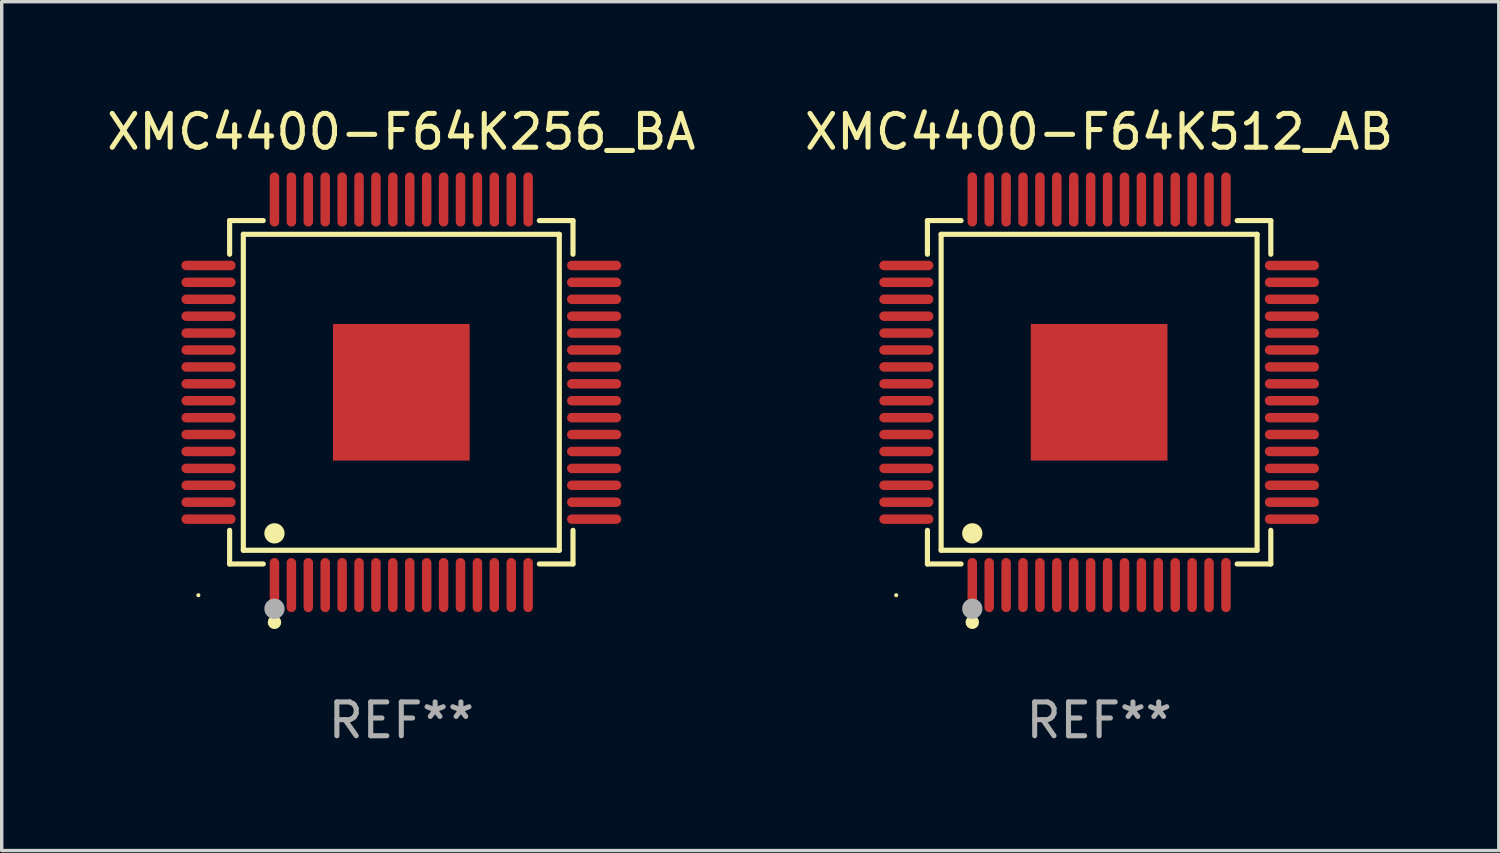
<source format=kicad_pcb>
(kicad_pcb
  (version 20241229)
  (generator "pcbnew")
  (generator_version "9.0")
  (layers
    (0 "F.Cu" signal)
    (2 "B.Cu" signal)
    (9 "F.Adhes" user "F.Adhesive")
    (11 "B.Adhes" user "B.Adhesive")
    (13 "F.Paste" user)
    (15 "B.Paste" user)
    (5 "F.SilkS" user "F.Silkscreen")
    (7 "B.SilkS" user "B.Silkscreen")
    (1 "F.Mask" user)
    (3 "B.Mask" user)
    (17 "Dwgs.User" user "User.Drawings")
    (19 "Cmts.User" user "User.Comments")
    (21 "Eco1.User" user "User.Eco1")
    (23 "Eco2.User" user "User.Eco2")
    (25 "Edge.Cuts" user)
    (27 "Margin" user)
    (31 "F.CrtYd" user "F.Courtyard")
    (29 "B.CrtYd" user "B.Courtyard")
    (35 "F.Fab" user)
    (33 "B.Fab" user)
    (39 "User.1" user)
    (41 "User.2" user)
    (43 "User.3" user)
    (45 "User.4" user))
  (footprint "XMC4400-F64K512_AB"
    (layer "F.Cu")
    (at 29.446 8.548)
    (property "Reference" "XMC4400-F64K512_AB" (at 0 -7.7 0) (layer "F.SilkS") (effects (font (size 1 1) (thickness 0.15))))
    (attr through_hole)
    (fp_line (start -5.076 -5.076) (end -4.081 -5.076) (stroke (width 0.152) (type solid)) (layer "F.SilkS"))
    (fp_line (start -5.076 -4.081) (end -5.076 -5.076) (stroke (width 0.152) (type solid)) (layer "F.SilkS"))
    (fp_line (start -5.076 4.081) (end -5.076 5.076) (stroke (width 0.152) (type solid)) (layer "F.SilkS"))
    (fp_line (start -5.076 5.076) (end -4.081 5.076) (stroke (width 0.152) (type solid)) (layer "F.SilkS"))
    (fp_line (start -4.671 -4.671) (end 4.671 -4.671) (stroke (width 0.152) (type solid)) (layer "F.SilkS"))
    (fp_line (start -4.671 4.671) (end -4.671 -4.671) (stroke (width 0.152) (type solid)) (layer "F.SilkS"))
    (fp_line (start 4.671 -4.671) (end 4.671 4.671) (stroke (width 0.152) (type solid)) (layer "F.SilkS"))
    (fp_line (start 4.671 4.671) (end -4.671 4.671) (stroke (width 0.152) (type solid)) (layer "F.SilkS"))
    (fp_line (start 5.076 -5.076) (end 4.081 -5.076) (stroke (width 0.152) (type solid)) (layer "F.SilkS"))
    (fp_line (start 5.076 -4.081) (end 5.076 -5.076) (stroke (width 0.152) (type solid)) (layer "F.SilkS"))
    (fp_line (start 5.076 4.081) (end 5.076 5.076) (stroke (width 0.152) (type solid)) (layer "F.SilkS"))
    (fp_line (start 5.076 5.076) (end 4.081 5.076) (stroke (width 0.152) (type solid)) (layer "F.SilkS"))
    (fp_circle (center -6 6) (end -5.97 6) (stroke (width 0.06) (type solid)) (fill no) (layer "F.SilkS"))
    (fp_circle (center -3.75 4.171) (end -3.6 4.171) (stroke (width 0.3) (type solid)) (fill no) (layer "F.SilkS"))
    (fp_circle (center -3.75 6.8) (end -3.65 6.8) (stroke (width 0.2) (type solid)) (fill no) (layer "F.SilkS"))
    (fp_circle (center -3.75 6.4) (end -3.6 6.4) (stroke (width 0.3) (type solid)) (fill no) (layer "F.Fab"))
    (fp_text user "REF**" (at 0 9.7 0) (layer "F.Fab") (effects (font (size 1 1) (thickness 0.15))))
    (pad "1" smd oval (at -3.75 5.7) (size 0.28 1.6) (layers "F.Cu" "F.Mask" "F.Paste"))
    (pad "2" smd oval (at -3.25 5.7) (size 0.28 1.6) (layers "F.Cu" "F.Mask" "F.Paste"))
    (pad "3" smd oval (at -2.75 5.7) (size 0.28 1.6) (layers "F.Cu" "F.Mask" "F.Paste"))
    (pad "4" smd oval (at -2.25 5.7) (size 0.28 1.6) (layers "F.Cu" "F.Mask" "F.Paste"))
    (pad "5" smd oval (at -1.75 5.7) (size 0.28 1.6) (layers "F.Cu" "F.Mask" "F.Paste"))
    (pad "6" smd oval (at -1.25 5.7) (size 0.28 1.6) (layers "F.Cu" "F.Mask" "F.Paste"))
    (pad "7" smd oval (at -0.75 5.7) (size 0.28 1.6) (layers "F.Cu" "F.Mask" "F.Paste"))
    (pad "8" smd oval (at -0.25 5.7) (size 0.28 1.6) (layers "F.Cu" "F.Mask" "F.Paste"))
    (pad "9" smd oval (at 0.25 5.7) (size 0.28 1.6) (layers "F.Cu" "F.Mask" "F.Paste"))
    (pad "10" smd oval (at 0.75 5.7) (size 0.28 1.6) (layers "F.Cu" "F.Mask" "F.Paste"))
    (pad "11" smd oval (at 1.25 5.7) (size 0.28 1.6) (layers "F.Cu" "F.Mask" "F.Paste"))
    (pad "12" smd oval (at 1.75 5.7) (size 0.28 1.6) (layers "F.Cu" "F.Mask" "F.Paste"))
    (pad "13" smd oval (at 2.25 5.7) (size 0.28 1.6) (layers "F.Cu" "F.Mask" "F.Paste"))
    (pad "14" smd oval (at 2.75 5.7) (size 0.28 1.6) (layers "F.Cu" "F.Mask" "F.Paste"))
    (pad "15" smd oval (at 3.25 5.7) (size 0.28 1.6) (layers "F.Cu" "F.Mask" "F.Paste"))
    (pad "16" smd oval (at 3.75 5.7) (size 0.28 1.6) (layers "F.Cu" "F.Mask" "F.Paste"))
    (pad "17" smd oval (at 5.7 3.75) (size 1.6 0.28) (layers "F.Cu" "F.Mask" "F.Paste"))
    (pad "18" smd oval (at 5.7 3.25) (size 1.6 0.28) (layers "F.Cu" "F.Mask" "F.Paste"))
    (pad "19" smd oval (at 5.7 2.75) (size 1.6 0.28) (layers "F.Cu" "F.Mask" "F.Paste"))
    (pad "20" smd oval (at 5.7 2.25) (size 1.6 0.28) (layers "F.Cu" "F.Mask" "F.Paste"))
    (pad "21" smd oval (at 5.7 1.75) (size 1.6 0.28) (layers "F.Cu" "F.Mask" "F.Paste"))
    (pad "22" smd oval (at 5.7 1.25) (size 1.6 0.28) (layers "F.Cu" "F.Mask" "F.Paste"))
    (pad "23" smd oval (at 5.7 0.75) (size 1.6 0.28) (layers "F.Cu" "F.Mask" "F.Paste"))
    (pad "24" smd oval (at 5.7 0.25) (size 1.6 0.28) (layers "F.Cu" "F.Mask" "F.Paste"))
    (pad "25" smd oval (at 5.7 -0.25) (size 1.6 0.28) (layers "F.Cu" "F.Mask" "F.Paste"))
    (pad "26" smd oval (at 5.7 -0.75) (size 1.6 0.28) (layers "F.Cu" "F.Mask" "F.Paste"))
    (pad "27" smd oval (at 5.7 -1.25) (size 1.6 0.28) (layers "F.Cu" "F.Mask" "F.Paste"))
    (pad "28" smd oval (at 5.7 -1.75) (size 1.6 0.28) (layers "F.Cu" "F.Mask" "F.Paste"))
    (pad "29" smd oval (at 5.7 -2.25) (size 1.6 0.28) (layers "F.Cu" "F.Mask" "F.Paste"))
    (pad "30" smd oval (at 5.7 -2.75) (size 1.6 0.28) (layers "F.Cu" "F.Mask" "F.Paste"))
    (pad "31" smd oval (at 5.7 -3.25) (size 1.6 0.28) (layers "F.Cu" "F.Mask" "F.Paste"))
    (pad "32" smd oval (at 5.7 -3.75) (size 1.6 0.28) (layers "F.Cu" "F.Mask" "F.Paste"))
    (pad "33" smd oval (at 3.75 -5.7) (size 0.28 1.6) (layers "F.Cu" "F.Mask" "F.Paste"))
    (pad "34" smd oval (at 3.25 -5.7) (size 0.28 1.6) (layers "F.Cu" "F.Mask" "F.Paste"))
    (pad "35" smd oval (at 2.75 -5.7) (size 0.28 1.6) (layers "F.Cu" "F.Mask" "F.Paste"))
    (pad "36" smd oval (at 2.25 -5.7) (size 0.28 1.6) (layers "F.Cu" "F.Mask" "F.Paste"))
    (pad "37" smd oval (at 1.75 -5.7) (size 0.28 1.6) (layers "F.Cu" "F.Mask" "F.Paste"))
    (pad "38" smd oval (at 1.25 -5.7) (size 0.28 1.6) (layers "F.Cu" "F.Mask" "F.Paste"))
    (pad "39" smd oval (at 0.75 -5.7) (size 0.28 1.6) (layers "F.Cu" "F.Mask" "F.Paste"))
    (pad "40" smd oval (at 0.25 -5.7) (size 0.28 1.6) (layers "F.Cu" "F.Mask" "F.Paste"))
    (pad "41" smd oval (at -0.25 -5.7) (size 0.28 1.6) (layers "F.Cu" "F.Mask" "F.Paste"))
    (pad "42" smd oval (at -0.75 -5.7) (size 0.28 1.6) (layers "F.Cu" "F.Mask" "F.Paste"))
    (pad "43" smd oval (at -1.25 -5.7) (size 0.28 1.6) (layers "F.Cu" "F.Mask" "F.Paste"))
    (pad "44" smd oval (at -1.75 -5.7) (size 0.28 1.6) (layers "F.Cu" "F.Mask" "F.Paste"))
    (pad "45" smd oval (at -2.25 -5.7) (size 0.28 1.6) (layers "F.Cu" "F.Mask" "F.Paste"))
    (pad "46" smd oval (at -2.75 -5.7) (size 0.28 1.6) (layers "F.Cu" "F.Mask" "F.Paste"))
    (pad "47" smd oval (at -3.25 -5.7) (size 0.28 1.6) (layers "F.Cu" "F.Mask" "F.Paste"))
    (pad "48" smd oval (at -3.75 -5.7) (size 0.28 1.6) (layers "F.Cu" "F.Mask" "F.Paste"))
    (pad "49" smd oval (at -5.7 -3.75) (size 1.6 0.28) (layers "F.Cu" "F.Mask" "F.Paste"))
    (pad "50" smd oval (at -5.7 -3.25) (size 1.6 0.28) (layers "F.Cu" "F.Mask" "F.Paste"))
    (pad "51" smd oval (at -5.7 -2.75) (size 1.6 0.28) (layers "F.Cu" "F.Mask" "F.Paste"))
    (pad "52" smd oval (at -5.7 -2.25) (size 1.6 0.28) (layers "F.Cu" "F.Mask" "F.Paste"))
    (pad "53" smd oval (at -5.7 -1.75) (size 1.6 0.28) (layers "F.Cu" "F.Mask" "F.Paste"))
    (pad "54" smd oval (at -5.7 -1.25) (size 1.6 0.28) (layers "F.Cu" "F.Mask" "F.Paste"))
    (pad "55" smd oval (at -5.7 -0.75) (size 1.6 0.28) (layers "F.Cu" "F.Mask" "F.Paste"))
    (pad "56" smd oval (at -5.7 -0.25) (size 1.6 0.28) (layers "F.Cu" "F.Mask" "F.Paste"))
    (pad "57" smd oval (at -5.7 0.25) (size 1.6 0.28) (layers "F.Cu" "F.Mask" "F.Paste"))
    (pad "58" smd oval (at -5.7 0.75) (size 1.6 0.28) (layers "F.Cu" "F.Mask" "F.Paste"))
    (pad "59" smd oval (at -5.7 1.25) (size 1.6 0.28) (layers "F.Cu" "F.Mask" "F.Paste"))
    (pad "60" smd oval (at -5.7 1.75) (size 1.6 0.28) (layers "F.Cu" "F.Mask" "F.Paste"))
    (pad "61" smd oval (at -5.7 2.25) (size 1.6 0.28) (layers "F.Cu" "F.Mask" "F.Paste"))
    (pad "62" smd oval (at -5.7 2.75) (size 1.6 0.28) (layers "F.Cu" "F.Mask" "F.Paste"))
    (pad "63" smd oval (at -5.7 3.25) (size 1.6 0.28) (layers "F.Cu" "F.Mask" "F.Paste"))
    (pad "64" smd oval (at -5.7 3.75) (size 1.6 0.28) (layers "F.Cu" "F.Mask" "F.Paste"))
    (pad "65" smd rect (at 0 0) (size 4.04 4.04) (layers "F.Cu" "F.Mask" "F.Paste")))
  (footprint "XMC4400-F64K256_BA"
    (layer "F.Cu")
    (at 8.815 8.548)
    (property "Reference" "XMC4400-F64K256_BA" (at 0 -7.7 0) (layer "F.SilkS") (effects (font (size 1 1) (thickness 0.15))))
    (attr through_hole)
    (fp_line (start -5.076 -5.076) (end -4.081 -5.076) (stroke (width 0.152) (type solid)) (layer "F.SilkS"))
    (fp_line (start -5.076 -4.081) (end -5.076 -5.076) (stroke (width 0.152) (type solid)) (layer "F.SilkS"))
    (fp_line (start -5.076 4.081) (end -5.076 5.076) (stroke (width 0.152) (type solid)) (layer "F.SilkS"))
    (fp_line (start -5.076 5.076) (end -4.081 5.076) (stroke (width 0.152) (type solid)) (layer "F.SilkS"))
    (fp_line (start -4.671 -4.671) (end 4.671 -4.671) (stroke (width 0.152) (type solid)) (layer "F.SilkS"))
    (fp_line (start -4.671 4.671) (end -4.671 -4.671) (stroke (width 0.152) (type solid)) (layer "F.SilkS"))
    (fp_line (start 4.671 -4.671) (end 4.671 4.671) (stroke (width 0.152) (type solid)) (layer "F.SilkS"))
    (fp_line (start 4.671 4.671) (end -4.671 4.671) (stroke (width 0.152) (type solid)) (layer "F.SilkS"))
    (fp_line (start 5.076 -5.076) (end 4.081 -5.076) (stroke (width 0.152) (type solid)) (layer "F.SilkS"))
    (fp_line (start 5.076 -4.081) (end 5.076 -5.076) (stroke (width 0.152) (type solid)) (layer "F.SilkS"))
    (fp_line (start 5.076 4.081) (end 5.076 5.076) (stroke (width 0.152) (type solid)) (layer "F.SilkS"))
    (fp_line (start 5.076 5.076) (end 4.081 5.076) (stroke (width 0.152) (type solid)) (layer "F.SilkS"))
    (fp_circle (center -6 6) (end -5.97 6) (stroke (width 0.06) (type solid)) (fill no) (layer "F.SilkS"))
    (fp_circle (center -3.75 4.171) (end -3.6 4.171) (stroke (width 0.3) (type solid)) (fill no) (layer "F.SilkS"))
    (fp_circle (center -3.75 6.8) (end -3.65 6.8) (stroke (width 0.2) (type solid)) (fill no) (layer "F.SilkS"))
    (fp_circle (center -3.75 6.4) (end -3.6 6.4) (stroke (width 0.3) (type solid)) (fill no) (layer "F.Fab"))
    (fp_text user "REF**" (at 0 9.7 0) (layer "F.Fab") (effects (font (size 1 1) (thickness 0.15))))
    (pad "1" smd oval (at -3.75 5.7) (size 0.28 1.6) (layers "F.Cu" "F.Mask" "F.Paste"))
    (pad "2" smd oval (at -3.25 5.7) (size 0.28 1.6) (layers "F.Cu" "F.Mask" "F.Paste"))
    (pad "3" smd oval (at -2.75 5.7) (size 0.28 1.6) (layers "F.Cu" "F.Mask" "F.Paste"))
    (pad "4" smd oval (at -2.25 5.7) (size 0.28 1.6) (layers "F.Cu" "F.Mask" "F.Paste"))
    (pad "5" smd oval (at -1.75 5.7) (size 0.28 1.6) (layers "F.Cu" "F.Mask" "F.Paste"))
    (pad "6" smd oval (at -1.25 5.7) (size 0.28 1.6) (layers "F.Cu" "F.Mask" "F.Paste"))
    (pad "7" smd oval (at -0.75 5.7) (size 0.28 1.6) (layers "F.Cu" "F.Mask" "F.Paste"))
    (pad "8" smd oval (at -0.25 5.7) (size 0.28 1.6) (layers "F.Cu" "F.Mask" "F.Paste"))
    (pad "9" smd oval (at 0.25 5.7) (size 0.28 1.6) (layers "F.Cu" "F.Mask" "F.Paste"))
    (pad "10" smd oval (at 0.75 5.7) (size 0.28 1.6) (layers "F.Cu" "F.Mask" "F.Paste"))
    (pad "11" smd oval (at 1.25 5.7) (size 0.28 1.6) (layers "F.Cu" "F.Mask" "F.Paste"))
    (pad "12" smd oval (at 1.75 5.7) (size 0.28 1.6) (layers "F.Cu" "F.Mask" "F.Paste"))
    (pad "13" smd oval (at 2.25 5.7) (size 0.28 1.6) (layers "F.Cu" "F.Mask" "F.Paste"))
    (pad "14" smd oval (at 2.75 5.7) (size 0.28 1.6) (layers "F.Cu" "F.Mask" "F.Paste"))
    (pad "15" smd oval (at 3.25 5.7) (size 0.28 1.6) (layers "F.Cu" "F.Mask" "F.Paste"))
    (pad "16" smd oval (at 3.75 5.7) (size 0.28 1.6) (layers "F.Cu" "F.Mask" "F.Paste"))
    (pad "17" smd oval (at 5.7 3.75) (size 1.6 0.28) (layers "F.Cu" "F.Mask" "F.Paste"))
    (pad "18" smd oval (at 5.7 3.25) (size 1.6 0.28) (layers "F.Cu" "F.Mask" "F.Paste"))
    (pad "19" smd oval (at 5.7 2.75) (size 1.6 0.28) (layers "F.Cu" "F.Mask" "F.Paste"))
    (pad "20" smd oval (at 5.7 2.25) (size 1.6 0.28) (layers "F.Cu" "F.Mask" "F.Paste"))
    (pad "21" smd oval (at 5.7 1.75) (size 1.6 0.28) (layers "F.Cu" "F.Mask" "F.Paste"))
    (pad "22" smd oval (at 5.7 1.25) (size 1.6 0.28) (layers "F.Cu" "F.Mask" "F.Paste"))
    (pad "23" smd oval (at 5.7 0.75) (size 1.6 0.28) (layers "F.Cu" "F.Mask" "F.Paste"))
    (pad "24" smd oval (at 5.7 0.25) (size 1.6 0.28) (layers "F.Cu" "F.Mask" "F.Paste"))
    (pad "25" smd oval (at 5.7 -0.25) (size 1.6 0.28) (layers "F.Cu" "F.Mask" "F.Paste"))
    (pad "26" smd oval (at 5.7 -0.75) (size 1.6 0.28) (layers "F.Cu" "F.Mask" "F.Paste"))
    (pad "27" smd oval (at 5.7 -1.25) (size 1.6 0.28) (layers "F.Cu" "F.Mask" "F.Paste"))
    (pad "28" smd oval (at 5.7 -1.75) (size 1.6 0.28) (layers "F.Cu" "F.Mask" "F.Paste"))
    (pad "29" smd oval (at 5.7 -2.25) (size 1.6 0.28) (layers "F.Cu" "F.Mask" "F.Paste"))
    (pad "30" smd oval (at 5.7 -2.75) (size 1.6 0.28) (layers "F.Cu" "F.Mask" "F.Paste"))
    (pad "31" smd oval (at 5.7 -3.25) (size 1.6 0.28) (layers "F.Cu" "F.Mask" "F.Paste"))
    (pad "32" smd oval (at 5.7 -3.75) (size 1.6 0.28) (layers "F.Cu" "F.Mask" "F.Paste"))
    (pad "33" smd oval (at 3.75 -5.7) (size 0.28 1.6) (layers "F.Cu" "F.Mask" "F.Paste"))
    (pad "34" smd oval (at 3.25 -5.7) (size 0.28 1.6) (layers "F.Cu" "F.Mask" "F.Paste"))
    (pad "35" smd oval (at 2.75 -5.7) (size 0.28 1.6) (layers "F.Cu" "F.Mask" "F.Paste"))
    (pad "36" smd oval (at 2.25 -5.7) (size 0.28 1.6) (layers "F.Cu" "F.Mask" "F.Paste"))
    (pad "37" smd oval (at 1.75 -5.7) (size 0.28 1.6) (layers "F.Cu" "F.Mask" "F.Paste"))
    (pad "38" smd oval (at 1.25 -5.7) (size 0.28 1.6) (layers "F.Cu" "F.Mask" "F.Paste"))
    (pad "39" smd oval (at 0.75 -5.7) (size 0.28 1.6) (layers "F.Cu" "F.Mask" "F.Paste"))
    (pad "40" smd oval (at 0.25 -5.7) (size 0.28 1.6) (layers "F.Cu" "F.Mask" "F.Paste"))
    (pad "41" smd oval (at -0.25 -5.7) (size 0.28 1.6) (layers "F.Cu" "F.Mask" "F.Paste"))
    (pad "42" smd oval (at -0.75 -5.7) (size 0.28 1.6) (layers "F.Cu" "F.Mask" "F.Paste"))
    (pad "43" smd oval (at -1.25 -5.7) (size 0.28 1.6) (layers "F.Cu" "F.Mask" "F.Paste"))
    (pad "44" smd oval (at -1.75 -5.7) (size 0.28 1.6) (layers "F.Cu" "F.Mask" "F.Paste"))
    (pad "45" smd oval (at -2.25 -5.7) (size 0.28 1.6) (layers "F.Cu" "F.Mask" "F.Paste"))
    (pad "46" smd oval (at -2.75 -5.7) (size 0.28 1.6) (layers "F.Cu" "F.Mask" "F.Paste"))
    (pad "47" smd oval (at -3.25 -5.7) (size 0.28 1.6) (layers "F.Cu" "F.Mask" "F.Paste"))
    (pad "48" smd oval (at -3.75 -5.7) (size 0.28 1.6) (layers "F.Cu" "F.Mask" "F.Paste"))
    (pad "49" smd oval (at -5.7 -3.75) (size 1.6 0.28) (layers "F.Cu" "F.Mask" "F.Paste"))
    (pad "50" smd oval (at -5.7 -3.25) (size 1.6 0.28) (layers "F.Cu" "F.Mask" "F.Paste"))
    (pad "51" smd oval (at -5.7 -2.75) (size 1.6 0.28) (layers "F.Cu" "F.Mask" "F.Paste"))
    (pad "52" smd oval (at -5.7 -2.25) (size 1.6 0.28) (layers "F.Cu" "F.Mask" "F.Paste"))
    (pad "53" smd oval (at -5.7 -1.75) (size 1.6 0.28) (layers "F.Cu" "F.Mask" "F.Paste"))
    (pad "54" smd oval (at -5.7 -1.25) (size 1.6 0.28) (layers "F.Cu" "F.Mask" "F.Paste"))
    (pad "55" smd oval (at -5.7 -0.75) (size 1.6 0.28) (layers "F.Cu" "F.Mask" "F.Paste"))
    (pad "56" smd oval (at -5.7 -0.25) (size 1.6 0.28) (layers "F.Cu" "F.Mask" "F.Paste"))
    (pad "57" smd oval (at -5.7 0.25) (size 1.6 0.28) (layers "F.Cu" "F.Mask" "F.Paste"))
    (pad "58" smd oval (at -5.7 0.75) (size 1.6 0.28) (layers "F.Cu" "F.Mask" "F.Paste"))
    (pad "59" smd oval (at -5.7 1.25) (size 1.6 0.28) (layers "F.Cu" "F.Mask" "F.Paste"))
    (pad "60" smd oval (at -5.7 1.75) (size 1.6 0.28) (layers "F.Cu" "F.Mask" "F.Paste"))
    (pad "61" smd oval (at -5.7 2.25) (size 1.6 0.28) (layers "F.Cu" "F.Mask" "F.Paste"))
    (pad "62" smd oval (at -5.7 2.75) (size 1.6 0.28) (layers "F.Cu" "F.Mask" "F.Paste"))
    (pad "63" smd oval (at -5.7 3.25) (size 1.6 0.28) (layers "F.Cu" "F.Mask" "F.Paste"))
    (pad "64" smd oval (at -5.7 3.75) (size 1.6 0.28) (layers "F.Cu" "F.Mask" "F.Paste"))
    (pad "65" smd rect (at 0 0) (size 4.04 4.04) (layers "F.Cu" "F.Mask" "F.Paste")))
  (gr_rect
    (start -3 -3)
    (end 41.262 22.097)
    (stroke (width 0.1) (type default))
    (fill no)
    (layer "Edge.Cuts")))
</source>
